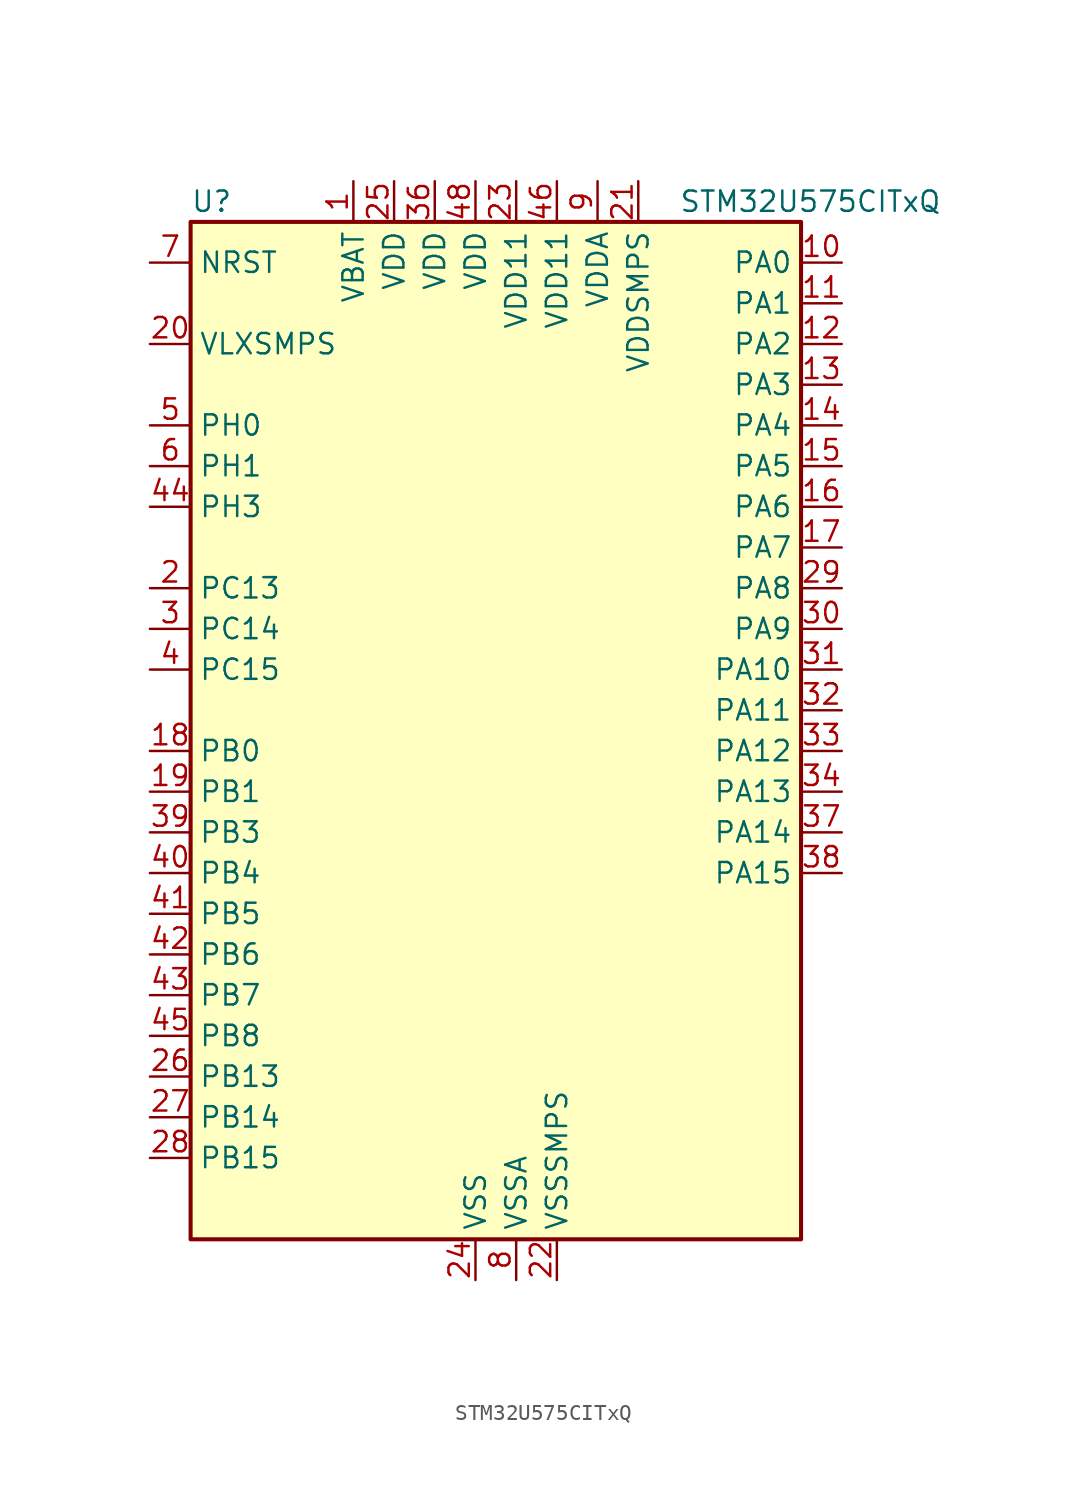
<source format=kicad_sym>
(kicad_symbol_lib
  (version 20220914)
  (generator kicad_symbol_editor)
  (symbol "STM32U575CITxQ"
    (property "Reference" "U"
      (at -17.78 34.29 0)
      (effects (font (size 1.27 1.27)) (justify left)))
    (property "Value" "STM32U575CITxQ"
      (at 12.7 34.29 0)
      (effects (font (size 1.27 1.27)) (justify left)))
    (property "ki_locked" ""
      (at 0 0 0)
      (effects (font (size 1.27 1.27))))
    (symbol "STM32U575CITxQ_0_1"
      (rectangle (start -17.78 -30.48) (end 20.32 33.02) (stroke (width 0.254) (type default)) (fill (type background))))
    (symbol "STM32U575CITxQ_1_1"
      (pin power_in line (at -7.62 35.56 270) (length 2.54) (name "VBAT" (effects (font (size 1.27 1.27)))) (number "1" (effects (font (size 1.27 1.27)))))
      (pin bidirectional line (at 22.86 30.48 180) (length 2.54) (name "PA0" (effects (font (size 1.27 1.27)))) (number "10" (effects (font (size 1.27 1.27)))) (alternate "ADC1_IN5" bidirectional line) (alternate "AUDIOCLK" bidirectional line) (alternate "OCTOSPIM_P2_NCS" bidirectional line) (alternate "OPAMP1_VINP" bidirectional line) (alternate "PWR_WKUP1" bidirectional line) (alternate "SPI3_RDY" bidirectional line) (alternate "TAMP_IN2" bidirectional line) (alternate "TAMP_OUT1" bidirectional line) (alternate "TIM2_CH1" bidirectional line) (alternate "TIM2_ETR" bidirectional line) (alternate "TIM5_CH1" bidirectional line) (alternate "TIM8_ETR" bidirectional line) (alternate "UART4_TX" bidirectional line) (alternate "USART2_CTS" bidirectional line))
      (pin bidirectional line (at 22.86 27.94 180) (length 2.54) (name "PA1" (effects (font (size 1.27 1.27)))) (number "11" (effects (font (size 1.27 1.27)))) (alternate "ADC1_IN6" bidirectional line) (alternate "I2C1_SMBA" bidirectional line) (alternate "LPTIM1_CH2" bidirectional line) (alternate "OCTOSPIM_P1_DQS" bidirectional line) (alternate "OPAMP1_VINM" bidirectional line) (alternate "PWR_WKUP3" bidirectional line) (alternate "SPI1_SCK" bidirectional line) (alternate "TAMP_IN5" bidirectional line) (alternate "TAMP_OUT4" bidirectional line) (alternate "TIM15_CH1N" bidirectional line) (alternate "TIM2_CH2" bidirectional line) (alternate "TIM5_CH2" bidirectional line) (alternate "UART4_RX" bidirectional line) (alternate "USART2_DE" bidirectional line) (alternate "USART2_RTS" bidirectional line))
      (pin bidirectional line (at 22.86 25.4 180) (length 2.54) (name "PA2" (effects (font (size 1.27 1.27)))) (number "12" (effects (font (size 1.27 1.27)))) (alternate "ADC1_IN7" bidirectional line) (alternate "COMP1_INP" bidirectional line) (alternate "LPUART1_TX" bidirectional line) (alternate "OCTOSPIM_P1_NCS" bidirectional line) (alternate "PWR_WKUP4" bidirectional line) (alternate "RCC_LSCO" bidirectional line) (alternate "SPI1_RDY" bidirectional line) (alternate "TIM15_CH1" bidirectional line) (alternate "TIM2_CH3" bidirectional line) (alternate "TIM5_CH3" bidirectional line) (alternate "UCPD1_FRSTX1" bidirectional line) (alternate "USART2_TX" bidirectional line))
      (pin bidirectional line (at 22.86 22.86 180) (length 2.54) (name "PA3" (effects (font (size 1.27 1.27)))) (number "13" (effects (font (size 1.27 1.27)))) (alternate "ADC1_IN8" bidirectional line) (alternate "LPUART1_RX" bidirectional line) (alternate "OCTOSPIM_P1_CLK" bidirectional line) (alternate "OPAMP1_VOUT" bidirectional line) (alternate "PWR_WKUP5" bidirectional line) (alternate "SAI1_CK1" bidirectional line) (alternate "SAI1_MCLK_A" bidirectional line) (alternate "TIM15_CH2" bidirectional line) (alternate "TIM2_CH4" bidirectional line) (alternate "TIM5_CH4" bidirectional line) (alternate "USART2_RX" bidirectional line))
      (pin bidirectional line (at 22.86 20.32 180) (length 2.54) (name "PA4" (effects (font (size 1.27 1.27)))) (number "14" (effects (font (size 1.27 1.27)))) (alternate "ADC1_IN9" bidirectional line) (alternate "ADC4_IN9" bidirectional line) (alternate "DAC1_OUT1" bidirectional line) (alternate "LPTIM2_CH1" bidirectional line) (alternate "OCTOSPIM_P1_NCS" bidirectional line) (alternate "PWR_WKUP2" bidirectional line) (alternate "SAI1_FS_B" bidirectional line) (alternate "SPI1_NSS" bidirectional line) (alternate "SPI3_NSS" bidirectional line) (alternate "USART2_CK" bidirectional line))
      (pin bidirectional line (at 22.86 17.78 180) (length 2.54) (name "PA5" (effects (font (size 1.27 1.27)))) (number "15" (effects (font (size 1.27 1.27)))) (alternate "ADC1_IN10" bidirectional line) (alternate "ADC4_IN10" bidirectional line) (alternate "DAC1_OUT2" bidirectional line) (alternate "LPTIM2_ETR" bidirectional line) (alternate "PWR_CSLEEP" bidirectional line) (alternate "PWR_WKUP6" bidirectional line) (alternate "SPI1_SCK" bidirectional line) (alternate "TIM2_CH1" bidirectional line) (alternate "TIM2_ETR" bidirectional line) (alternate "TIM8_CH1N" bidirectional line) (alternate "USART3_RX" bidirectional line))
      (pin bidirectional line (at 22.86 15.24 180) (length 2.54) (name "PA6" (effects (font (size 1.27 1.27)))) (number "16" (effects (font (size 1.27 1.27)))) (alternate "ADC1_IN11" bidirectional line) (alternate "ADC4_IN11" bidirectional line) (alternate "LPUART1_CTS" bidirectional line) (alternate "OCTOSPIM_P1_IO3" bidirectional line) (alternate "OPAMP2_VINP" bidirectional line) (alternate "PWR_CDSTOP" bidirectional line) (alternate "PWR_WKUP7" bidirectional line) (alternate "SPI1_MISO" bidirectional line) (alternate "TIM16_CH1" bidirectional line) (alternate "TIM1_BKIN" bidirectional line) (alternate "TIM3_CH1" bidirectional line) (alternate "TIM8_BKIN" bidirectional line) (alternate "USART3_CTS" bidirectional line))
      (pin bidirectional line (at 22.86 12.7 180) (length 2.54) (name "PA7" (effects (font (size 1.27 1.27)))) (number "17" (effects (font (size 1.27 1.27)))) (alternate "ADC1_IN12" bidirectional line) (alternate "ADC4_IN20" bidirectional line) (alternate "I2C3_SCL" bidirectional line) (alternate "LPTIM2_CH2" bidirectional line) (alternate "OCTOSPIM_P1_IO2" bidirectional line) (alternate "OPAMP2_VINM" bidirectional line) (alternate "PWR_SRDSTOP" bidirectional line) (alternate "PWR_WKUP8" bidirectional line) (alternate "SPI1_MOSI" bidirectional line) (alternate "TIM17_CH1" bidirectional line) (alternate "TIM1_CH1N" bidirectional line) (alternate "TIM3_CH2" bidirectional line) (alternate "TIM8_CH1N" bidirectional line) (alternate "USART3_TX" bidirectional line))
      (pin bidirectional line (at -20.32 0 0) (length 2.54) (name "PB0" (effects (font (size 1.27 1.27)))) (number "18" (effects (font (size 1.27 1.27)))) (alternate "ADC1_IN15" bidirectional line) (alternate "ADC4_IN18" bidirectional line) (alternate "AUDIOCLK" bidirectional line) (alternate "COMP1_OUT" bidirectional line) (alternate "LPTIM3_CH1" bidirectional line) (alternate "OCTOSPIM_P1_IO1" bidirectional line) (alternate "OPAMP2_VOUT" bidirectional line) (alternate "SPI1_NSS" bidirectional line) (alternate "TIM1_CH2N" bidirectional line) (alternate "TIM3_CH3" bidirectional line) (alternate "TIM8_CH2N" bidirectional line) (alternate "USART3_CK" bidirectional line))
      (pin bidirectional line (at -20.32 -2.54 0) (length 2.54) (name "PB1" (effects (font (size 1.27 1.27)))) (number "19" (effects (font (size 1.27 1.27)))) (alternate "ADC1_IN16" bidirectional line) (alternate "ADC4_IN19" bidirectional line) (alternate "COMP1_INM" bidirectional line) (alternate "LPTIM2_IN1" bidirectional line) (alternate "LPTIM3_CH2" bidirectional line) (alternate "LPUART1_DE" bidirectional line) (alternate "LPUART1_RTS" bidirectional line) (alternate "MDF1_SDI0" bidirectional line) (alternate "OCTOSPIM_P1_IO0" bidirectional line) (alternate "PWR_WKUP4" bidirectional line) (alternate "TIM1_CH3N" bidirectional line) (alternate "TIM3_CH4" bidirectional line) (alternate "TIM8_CH3N" bidirectional line) (alternate "USART3_DE" bidirectional line) (alternate "USART3_RTS" bidirectional line))
      (pin bidirectional line (at -20.32 10.16 0) (length 2.54) (name "PC13" (effects (font (size 1.27 1.27)))) (number "2" (effects (font (size 1.27 1.27)))) (alternate "PWR_WKUP2" bidirectional line) (alternate "RTC_OUT1" bidirectional line) (alternate "RTC_TS" bidirectional line) (alternate "TAMP_IN1" bidirectional line) (alternate "TAMP_OUT2" bidirectional line))
      (pin power_in line (at -20.32 25.4 0) (length 2.54) (name "VLXSMPS" (effects (font (size 1.27 1.27)))) (number "20" (effects (font (size 1.27 1.27)))))
      (pin power_in line (at 10.16 35.56 270) (length 2.54) (name "VDDSMPS" (effects (font (size 1.27 1.27)))) (number "21" (effects (font (size 1.27 1.27)))))
      (pin power_in line (at 5.08 -33.02 90) (length 2.54) (name "VSSSMPS" (effects (font (size 1.27 1.27)))) (number "22" (effects (font (size 1.27 1.27)))))
      (pin power_in line (at 2.54 35.56 270) (length 2.54) (name "VDD11" (effects (font (size 1.27 1.27)))) (number "23" (effects (font (size 1.27 1.27)))))
      (pin power_in line (at 0 -33.02 90) (length 2.54) (name "VSS" (effects (font (size 1.27 1.27)))) (number "24" (effects (font (size 1.27 1.27)))))
      (pin power_in line (at -5.08 35.56 270) (length 2.54) (name "VDD" (effects (font (size 1.27 1.27)))) (number "25" (effects (font (size 1.27 1.27)))))
      (pin bidirectional line (at -20.32 -20.32 0) (length 2.54) (name "PB13" (effects (font (size 1.27 1.27)))) (number "26" (effects (font (size 1.27 1.27)))) (alternate "I2C2_SCL" bidirectional line) (alternate "LPTIM3_IN1" bidirectional line) (alternate "LPUART1_CTS" bidirectional line) (alternate "MDF1_CKI1" bidirectional line) (alternate "SPI2_SCK" bidirectional line) (alternate "TIM15_CH1N" bidirectional line) (alternate "TIM1_CH1N" bidirectional line) (alternate "TSC_G1_IO2" bidirectional line) (alternate "USART3_CTS" bidirectional line))
      (pin bidirectional line (at -20.32 -22.86 0) (length 2.54) (name "PB14" (effects (font (size 1.27 1.27)))) (number "27" (effects (font (size 1.27 1.27)))) (alternate "I2C2_SDA" bidirectional line) (alternate "LPTIM3_ETR" bidirectional line) (alternate "MDF1_SDI2" bidirectional line) (alternate "SPI2_MISO" bidirectional line) (alternate "TIM15_CH1" bidirectional line) (alternate "TIM1_CH2N" bidirectional line) (alternate "TIM8_CH2N" bidirectional line) (alternate "TSC_G1_IO3" bidirectional line) (alternate "UCPD1_DBCC2" bidirectional line) (alternate "USART3_DE" bidirectional line) (alternate "USART3_RTS" bidirectional line))
      (pin bidirectional line (at -20.32 -25.4 0) (length 2.54) (name "PB15" (effects (font (size 1.27 1.27)))) (number "28" (effects (font (size 1.27 1.27)))) (alternate "ADC1_EXTI15" bidirectional line) (alternate "ADC4_EXTI15" bidirectional line) (alternate "LPTIM2_IN2" bidirectional line) (alternate "MDF1_CKI2" bidirectional line) (alternate "PWR_WKUP7" bidirectional line) (alternate "RTC_REFIN" bidirectional line) (alternate "SPI2_MOSI" bidirectional line) (alternate "TIM15_CH2" bidirectional line) (alternate "TIM1_CH3N" bidirectional line) (alternate "TIM8_CH3N" bidirectional line) (alternate "UCPD1_CC2" bidirectional line))
      (pin bidirectional line (at 22.86 10.16 180) (length 2.54) (name "PA8" (effects (font (size 1.27 1.27)))) (number "29" (effects (font (size 1.27 1.27)))) (alternate "DEBUG_TRACECLK" bidirectional line) (alternate "LPTIM2_CH1" bidirectional line) (alternate "RCC_MCO" bidirectional line) (alternate "SAI1_CK2" bidirectional line) (alternate "SAI1_SCK_A" bidirectional line) (alternate "SPI1_RDY" bidirectional line) (alternate "TIM1_CH1" bidirectional line) (alternate "USART1_CK" bidirectional line) (alternate "USB_OTG_FS_SOF" bidirectional line))
      (pin bidirectional line (at -20.32 7.62 0) (length 2.54) (name "PC14" (effects (font (size 1.27 1.27)))) (number "3" (effects (font (size 1.27 1.27)))) (alternate "RCC_OSC32_IN" bidirectional line))
      (pin bidirectional line (at 22.86 7.62 180) (length 2.54) (name "PA9" (effects (font (size 1.27 1.27)))) (number "30" (effects (font (size 1.27 1.27)))) (alternate "DAC1_EXTI9" bidirectional line) (alternate "SAI1_FS_A" bidirectional line) (alternate "SPI2_SCK" bidirectional line) (alternate "TIM15_BKIN" bidirectional line) (alternate "TIM1_CH2" bidirectional line) (alternate "USART1_TX" bidirectional line) (alternate "USB_OTG_FS_VBUS" bidirectional line))
      (pin bidirectional line (at 22.86 5.08 180) (length 2.54) (name "PA10" (effects (font (size 1.27 1.27)))) (number "31" (effects (font (size 1.27 1.27)))) (alternate "CRS_SYNC" bidirectional line) (alternate "LPTIM2_IN2" bidirectional line) (alternate "SAI1_D1" bidirectional line) (alternate "SAI1_SD_A" bidirectional line) (alternate "TIM17_BKIN" bidirectional line) (alternate "TIM1_CH3" bidirectional line) (alternate "USART1_RX" bidirectional line) (alternate "USB_OTG_FS_ID" bidirectional line))
      (pin bidirectional line (at 22.86 2.54 180) (length 2.54) (name "PA11" (effects (font (size 1.27 1.27)))) (number "32" (effects (font (size 1.27 1.27)))) (alternate "ADC1_EXTI11" bidirectional line) (alternate "FDCAN1_RX" bidirectional line) (alternate "SPI1_MISO" bidirectional line) (alternate "TIM1_BKIN2" bidirectional line) (alternate "TIM1_CH4" bidirectional line) (alternate "USART1_CTS" bidirectional line) (alternate "USB_OTG_FS_DM" bidirectional line))
      (pin bidirectional line (at 22.86 0 180) (length 2.54) (name "PA12" (effects (font (size 1.27 1.27)))) (number "33" (effects (font (size 1.27 1.27)))) (alternate "FDCAN1_TX" bidirectional line) (alternate "OCTOSPIM_P2_NCS" bidirectional line) (alternate "SPI1_MOSI" bidirectional line) (alternate "TIM1_ETR" bidirectional line) (alternate "USART1_DE" bidirectional line) (alternate "USART1_RTS" bidirectional line) (alternate "USB_OTG_FS_DP" bidirectional line))
      (pin bidirectional line (at 22.86 -2.54 180) (length 2.54) (name "PA13" (effects (font (size 1.27 1.27)))) (number "34" (effects (font (size 1.27 1.27)))) (alternate "DEBUG_JTMS-SWDIO" bidirectional line) (alternate "IR_OUT" bidirectional line) (alternate "SAI1_SD_B" bidirectional line) (alternate "USB_OTG_FS_NOE" bidirectional line))
      (pin passive line (at 0 -33.02 90) (length 2.54) hide (name "VSS" (effects (font (size 1.27 1.27)))) (number "35" (effects (font (size 1.27 1.27)))))
      (pin power_in line (at -2.54 35.56 270) (length 2.54) (name "VDD" (effects (font (size 1.27 1.27)))) (number "36" (effects (font (size 1.27 1.27)))))
      (pin bidirectional line (at 22.86 -5.08 180) (length 2.54) (name "PA14" (effects (font (size 1.27 1.27)))) (number "37" (effects (font (size 1.27 1.27)))) (alternate "DEBUG_JTCK-SWCLK" bidirectional line) (alternate "I2C1_SMBA" bidirectional line) (alternate "I2C4_SMBA" bidirectional line) (alternate "LPTIM1_CH1" bidirectional line) (alternate "SAI1_FS_B" bidirectional line) (alternate "USB_OTG_FS_SOF" bidirectional line))
      (pin bidirectional line (at 22.86 -7.62 180) (length 2.54) (name "PA15" (effects (font (size 1.27 1.27)))) (number "38" (effects (font (size 1.27 1.27)))) (alternate "ADC1_EXTI15" bidirectional line) (alternate "ADC4_EXTI15" bidirectional line) (alternate "DEBUG_JTDI" bidirectional line) (alternate "SPI1_NSS" bidirectional line) (alternate "SPI3_NSS" bidirectional line) (alternate "TIM2_CH1" bidirectional line) (alternate "TIM2_ETR" bidirectional line) (alternate "UART4_DE" bidirectional line) (alternate "UART4_RTS" bidirectional line) (alternate "UCPD1_CC1" bidirectional line) (alternate "USART2_RX" bidirectional line) (alternate "USART3_DE" bidirectional line) (alternate "USART3_RTS" bidirectional line))
      (pin bidirectional line (at -20.32 -5.08 0) (length 2.54) (name "PB3" (effects (font (size 1.27 1.27)))) (number "39" (effects (font (size 1.27 1.27)))) (alternate "ADF1_CCK0" bidirectional line) (alternate "COMP2_INM" bidirectional line) (alternate "CRS_SYNC" bidirectional line) (alternate "DEBUG_JTDO-SWO" bidirectional line) (alternate "I2C1_SDA" bidirectional line) (alternate "LPTIM1_CH1" bidirectional line) (alternate "SAI1_SCK_B" bidirectional line) (alternate "SPI1_SCK" bidirectional line) (alternate "SPI3_SCK" bidirectional line) (alternate "TIM2_CH2" bidirectional line) (alternate "USART1_DE" bidirectional line) (alternate "USART1_RTS" bidirectional line))
      (pin bidirectional line (at -20.32 5.08 0) (length 2.54) (name "PC15" (effects (font (size 1.27 1.27)))) (number "4" (effects (font (size 1.27 1.27)))) (alternate "ADC1_EXTI15" bidirectional line) (alternate "ADC4_EXTI15" bidirectional line) (alternate "RCC_OSC32_OUT" bidirectional line))
      (pin bidirectional line (at -20.32 -7.62 0) (length 2.54) (name "PB4" (effects (font (size 1.27 1.27)))) (number "40" (effects (font (size 1.27 1.27)))) (alternate "ADF1_SDI0" bidirectional line) (alternate "COMP2_INP" bidirectional line) (alternate "DEBUG_JTRST" bidirectional line) (alternate "I2C3_SDA" bidirectional line) (alternate "LPTIM1_CH2" bidirectional line) (alternate "SAI1_MCLK_B" bidirectional line) (alternate "SPI1_MISO" bidirectional line) (alternate "SPI3_MISO" bidirectional line) (alternate "TIM17_BKIN" bidirectional line) (alternate "TIM3_CH1" bidirectional line) (alternate "TSC_G2_IO1" bidirectional line) (alternate "USART1_CTS" bidirectional line))
      (pin bidirectional line (at -20.32 -10.16 0) (length 2.54) (name "PB5" (effects (font (size 1.27 1.27)))) (number "41" (effects (font (size 1.27 1.27)))) (alternate "COMP2_OUT" bidirectional line) (alternate "I2C1_SMBA" bidirectional line) (alternate "LPTIM1_IN1" bidirectional line) (alternate "OCTOSPIM_P1_NCLK" bidirectional line) (alternate "PWR_WKUP6" bidirectional line) (alternate "SAI1_SD_B" bidirectional line) (alternate "SPI1_MOSI" bidirectional line) (alternate "SPI3_MOSI" bidirectional line) (alternate "TIM16_BKIN" bidirectional line) (alternate "TIM3_CH2" bidirectional line) (alternate "TSC_G2_IO2" bidirectional line) (alternate "UCPD1_DBCC1" bidirectional line) (alternate "USART1_CK" bidirectional line))
      (pin bidirectional line (at -20.32 -12.7 0) (length 2.54) (name "PB6" (effects (font (size 1.27 1.27)))) (number "42" (effects (font (size 1.27 1.27)))) (alternate "COMP2_INP" bidirectional line) (alternate "I2C1_SCL" bidirectional line) (alternate "I2C4_SCL" bidirectional line) (alternate "LPTIM1_ETR" bidirectional line) (alternate "MDF1_SDI5" bidirectional line) (alternate "PWR_WKUP3" bidirectional line) (alternate "SAI1_FS_B" bidirectional line) (alternate "TIM16_CH1N" bidirectional line) (alternate "TIM4_CH1" bidirectional line) (alternate "TIM8_BKIN2" bidirectional line) (alternate "TSC_G2_IO3" bidirectional line) (alternate "USART1_TX" bidirectional line))
      (pin bidirectional line (at -20.32 -15.24 0) (length 2.54) (name "PB7" (effects (font (size 1.27 1.27)))) (number "43" (effects (font (size 1.27 1.27)))) (alternate "COMP2_INM" bidirectional line) (alternate "I2C1_SDA" bidirectional line) (alternate "I2C4_SDA" bidirectional line) (alternate "LPTIM1_IN2" bidirectional line) (alternate "MDF1_CKI5" bidirectional line) (alternate "PWR_PVD_IN" bidirectional line) (alternate "PWR_WKUP4" bidirectional line) (alternate "TIM17_CH1N" bidirectional line) (alternate "TIM4_CH2" bidirectional line) (alternate "TIM8_BKIN" bidirectional line) (alternate "TSC_G2_IO4" bidirectional line) (alternate "UART4_CTS" bidirectional line) (alternate "USART1_RX" bidirectional line))
      (pin bidirectional line (at -20.32 15.24 0) (length 2.54) (name "PH3" (effects (font (size 1.27 1.27)))) (number "44" (effects (font (size 1.27 1.27)))))
      (pin bidirectional line (at -20.32 -17.78 0) (length 2.54) (name "PB8" (effects (font (size 1.27 1.27)))) (number "45" (effects (font (size 1.27 1.27)))) (alternate "FDCAN1_RX" bidirectional line) (alternate "I2C1_SCL" bidirectional line) (alternate "MDF1_CCK0" bidirectional line) (alternate "PWR_WKUP5" bidirectional line) (alternate "SAI1_CK1" bidirectional line) (alternate "SAI1_MCLK_A" bidirectional line) (alternate "SPI3_RDY" bidirectional line) (alternate "TIM16_CH1" bidirectional line) (alternate "TIM4_CH3" bidirectional line))
      (pin power_in line (at 5.08 35.56 270) (length 2.54) (name "VDD11" (effects (font (size 1.27 1.27)))) (number "46" (effects (font (size 1.27 1.27)))))
      (pin passive line (at 0 -33.02 90) (length 2.54) hide (name "VSS" (effects (font (size 1.27 1.27)))) (number "47" (effects (font (size 1.27 1.27)))))
      (pin power_in line (at 0 35.56 270) (length 2.54) (name "VDD" (effects (font (size 1.27 1.27)))) (number "48" (effects (font (size 1.27 1.27)))))
      (pin bidirectional line (at -20.32 20.32 0) (length 2.54) (name "PH0" (effects (font (size 1.27 1.27)))) (number "5" (effects (font (size 1.27 1.27)))) (alternate "RCC_OSC_IN" bidirectional line))
      (pin bidirectional line (at -20.32 17.78 0) (length 2.54) (name "PH1" (effects (font (size 1.27 1.27)))) (number "6" (effects (font (size 1.27 1.27)))) (alternate "RCC_OSC_OUT" bidirectional line))
      (pin input line (at -20.32 30.48 0) (length 2.54) (name "NRST" (effects (font (size 1.27 1.27)))) (number "7" (effects (font (size 1.27 1.27)))))
      (pin power_in line (at 2.54 -33.02 90) (length 2.54) (name "VSSA" (effects (font (size 1.27 1.27)))) (number "8" (effects (font (size 1.27 1.27)))))
      (pin power_in line (at 7.62 35.56 270) (length 2.54) (name "VDDA" (effects (font (size 1.27 1.27)))) (number "9" (effects (font (size 1.27 1.27))))))))
</source>
